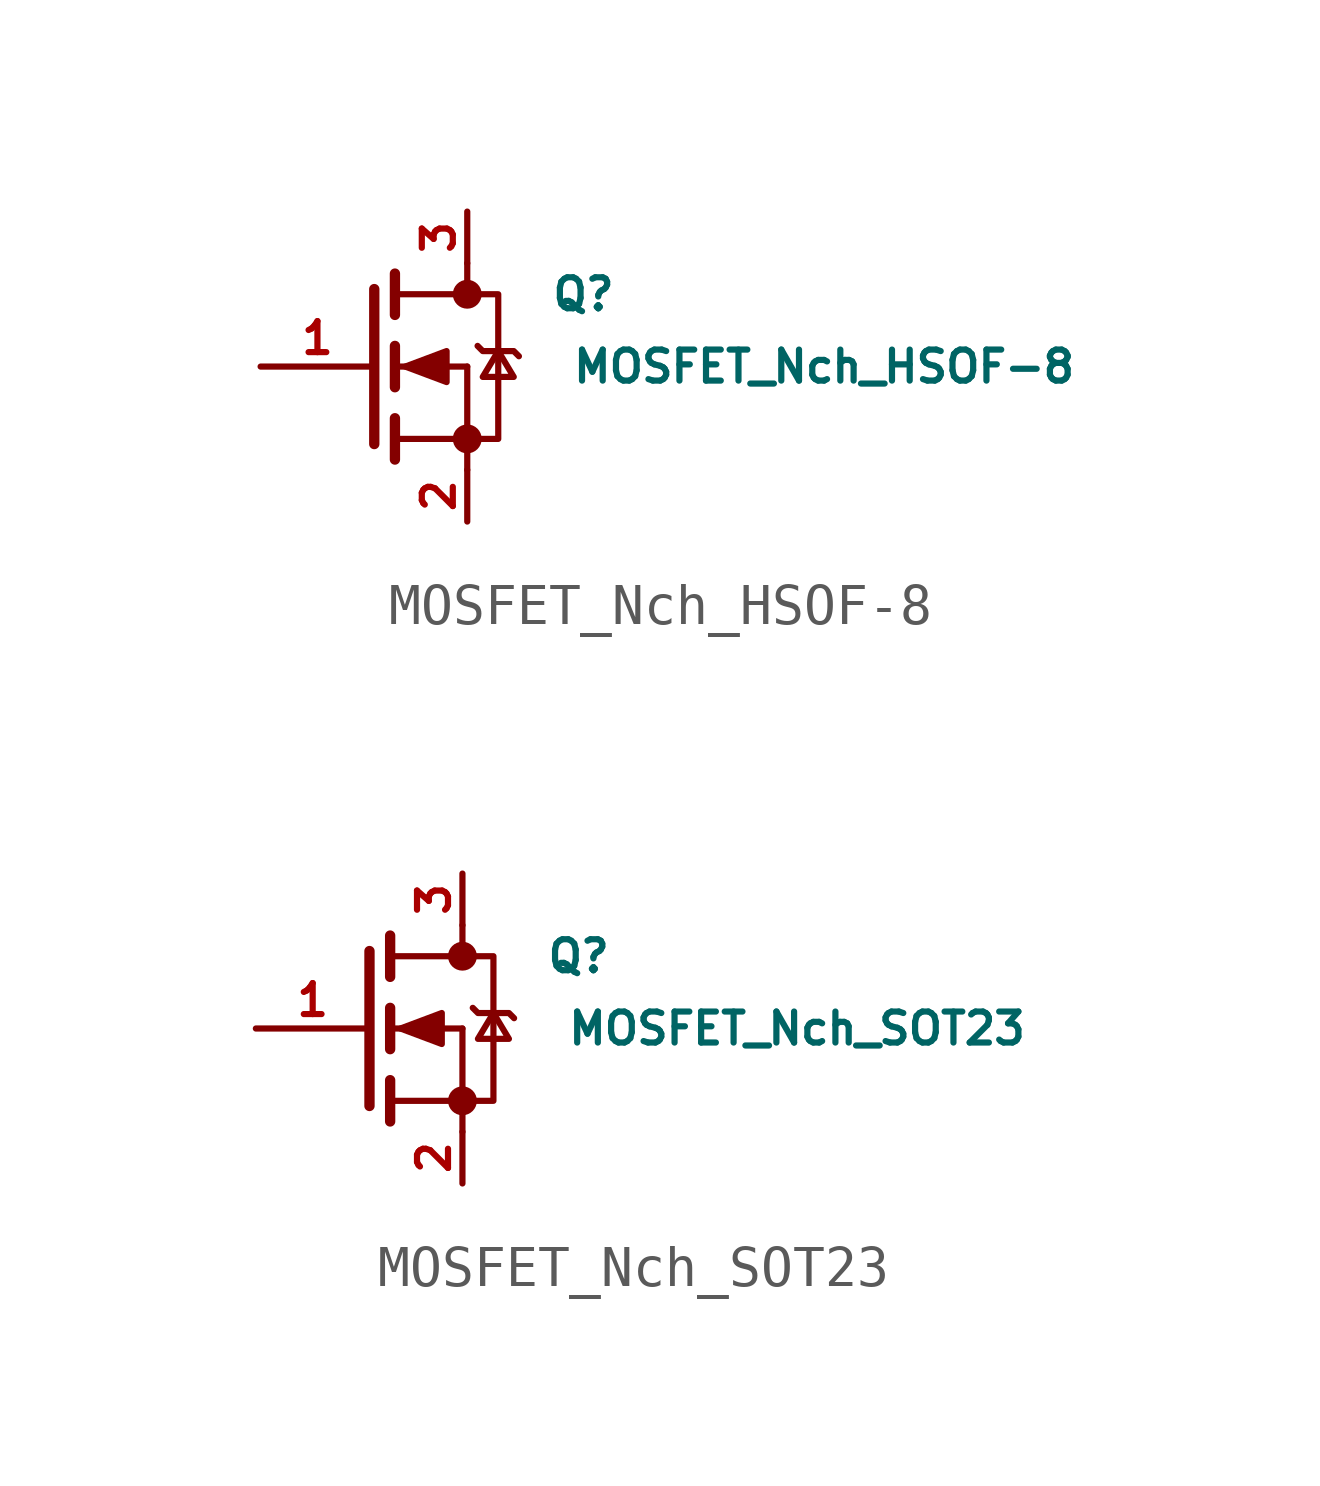
<source format=kicad_sym>
(kicad_symbol_lib
  (version 20210619)
  (generator kicad_symbol_editor)
  (symbol "Bobs_Nch_MOSFETs_01:MOSFET_Nch_HSOF-8"
    (pin_names
      (offset 0) hide)
    (property "Reference" "Q"
      (at 4.572 1.778 0)
      (effects (font (size 0.762 0.762)) (justify left)))
    (property "Value" "MOSFET_Nch_HSOF-8"
      (at 5.08 0 0)
      (effects (font (size 0.762 0.762)) (justify left)))
    (symbol "MOSFET_Nch_HSOF-8_0_1"
      (circle (center 2.54 -1.778) (radius 0.279) (stroke (width 0)) (fill (type outline)))
      (circle (center 2.54 1.778) (radius 0.279) (stroke (width 0)) (fill (type outline)))
      (polyline (pts (xy 0.762 -1.778) (xy 2.54 -1.778)) (stroke (width 0)) (fill (type none)))
      (polyline (pts (xy 0.762 -1.27) (xy 0.762 -2.286)) (stroke (width 0.254)) (fill (type none)))
      (polyline (pts (xy 0.762 0) (xy 2.54 0)) (stroke (width 0)) (fill (type none)))
      (polyline (pts (xy 0.762 0.508) (xy 0.762 -0.508)) (stroke (width 0.254)) (fill (type none)))
      (polyline (pts (xy 0.762 1.778) (xy 2.54 1.778)) (stroke (width 0)) (fill (type none)))
      (polyline (pts (xy 0.762 2.286) (xy 0.762 1.27)) (stroke (width 0.254)) (fill (type none)))
      (polyline (pts (xy 2.54 -1.778) (xy 2.54 -2.54)) (stroke (width 0)) (fill (type none)))
      (polyline (pts (xy 2.54 -1.778) (xy 2.54 0)) (stroke (width 0)) (fill (type none)))
      (polyline (pts (xy 2.54 2.54) (xy 2.54 1.778)) (stroke (width 0)) (fill (type none)))
      (polyline (pts (xy 0.254 1.905) (xy 0.254 -1.905) (xy 0.254 -1.905)) (stroke (width 0.254)) (fill (type none)))
      (polyline (pts (xy 2.54 -1.778) (xy 3.302 -1.778) (xy 3.302 1.778) (xy 2.54 1.778)) (stroke (width 0)) (fill (type none)))
      (polyline (pts (xy 2.794 0.508) (xy 2.921 0.381) (xy 3.683 0.381) (xy 3.81 0.254)) (stroke (width 0)) (fill (type none)))
      (polyline (pts (xy 3.302 0.381) (xy 2.921 -0.254) (xy 3.683 -0.254) (xy 3.302 0.381)) (stroke (width 0)) (fill (type none)))
      (polyline (pts (xy 1.016 0) (xy 2.032 0.381) (xy 2.032 -0.381) (xy 1.016 0)) (stroke (width 0)) (fill (type outline))))
    (symbol "MOSFET_Nch_HSOF-8_1_1"
      (pin input line (at -2.54 0 0) (length 2.794) (name "G" (effects (font (size 0.762 0.762)))) (number "1" (effects (font (size 0.762 0.762)))))
      (pin passive line (at 2.54 -3.81 90) (length 1.27) (name "S" (effects (font (size 0.762 0.762)))) (number "2" (effects (font (size 0.762 0.762)))))
      (pin passive line (at 2.54 3.81 270) (length 1.27) (name "D" (effects (font (size 0.762 0.762)))) (number "3" (effects (font (size 0.762 0.762)))))))
  (symbol "Bobs_Nch_MOSFETs_01:MOSFET_Nch_SOT23"
    (pin_names
      (offset 0) hide)
    (property "Reference" "Q"
      (at 4.572 1.778 0)
      (effects (font (size 0.762 0.762)) (justify left)))
    (property "Value" "MOSFET_Nch_SOT23"
      (at 5.08 0 0)
      (effects (font (size 0.762 0.762)) (justify left)))
    (symbol "MOSFET_Nch_SOT23_0_1"
      (circle (center 2.54 -1.778) (radius 0.279) (stroke (width 0)) (fill (type outline)))
      (circle (center 2.54 1.778) (radius 0.279) (stroke (width 0)) (fill (type outline)))
      (polyline (pts (xy 0.762 -1.778) (xy 2.54 -1.778)) (stroke (width 0)) (fill (type none)))
      (polyline (pts (xy 0.762 -1.27) (xy 0.762 -2.286)) (stroke (width 0.254)) (fill (type none)))
      (polyline (pts (xy 0.762 0) (xy 2.54 0)) (stroke (width 0)) (fill (type none)))
      (polyline (pts (xy 0.762 0.508) (xy 0.762 -0.508)) (stroke (width 0.254)) (fill (type none)))
      (polyline (pts (xy 0.762 1.778) (xy 2.54 1.778)) (stroke (width 0)) (fill (type none)))
      (polyline (pts (xy 0.762 2.286) (xy 0.762 1.27)) (stroke (width 0.254)) (fill (type none)))
      (polyline (pts (xy 2.54 -1.778) (xy 2.54 -2.54)) (stroke (width 0)) (fill (type none)))
      (polyline (pts (xy 2.54 -1.778) (xy 2.54 0)) (stroke (width 0)) (fill (type none)))
      (polyline (pts (xy 2.54 2.54) (xy 2.54 1.778)) (stroke (width 0)) (fill (type none)))
      (polyline (pts (xy 0.254 1.905) (xy 0.254 -1.905) (xy 0.254 -1.905)) (stroke (width 0.254)) (fill (type none)))
      (polyline (pts (xy 2.54 -1.778) (xy 3.302 -1.778) (xy 3.302 1.778) (xy 2.54 1.778)) (stroke (width 0)) (fill (type none)))
      (polyline (pts (xy 2.794 0.508) (xy 2.921 0.381) (xy 3.683 0.381) (xy 3.81 0.254)) (stroke (width 0)) (fill (type none)))
      (polyline (pts (xy 3.302 0.381) (xy 2.921 -0.254) (xy 3.683 -0.254) (xy 3.302 0.381)) (stroke (width 0)) (fill (type none)))
      (polyline (pts (xy 1.016 0) (xy 2.032 0.381) (xy 2.032 -0.381) (xy 1.016 0)) (stroke (width 0)) (fill (type outline))))
    (symbol "MOSFET_Nch_SOT23_1_1"
      (pin input line (at -2.54 0 0) (length 2.794) (name "G" (effects (font (size 0.762 0.762)))) (number "1" (effects (font (size 0.762 0.762)))))
      (pin passive line (at 2.54 -3.81 90) (length 1.27) (name "S" (effects (font (size 0.762 0.762)))) (number "2" (effects (font (size 0.762 0.762)))))
      (pin passive line (at 2.54 3.81 270) (length 1.27) (name "D" (effects (font (size 0.762 0.762)))) (number "3" (effects (font (size 0.762 0.762))))))))
</source>
